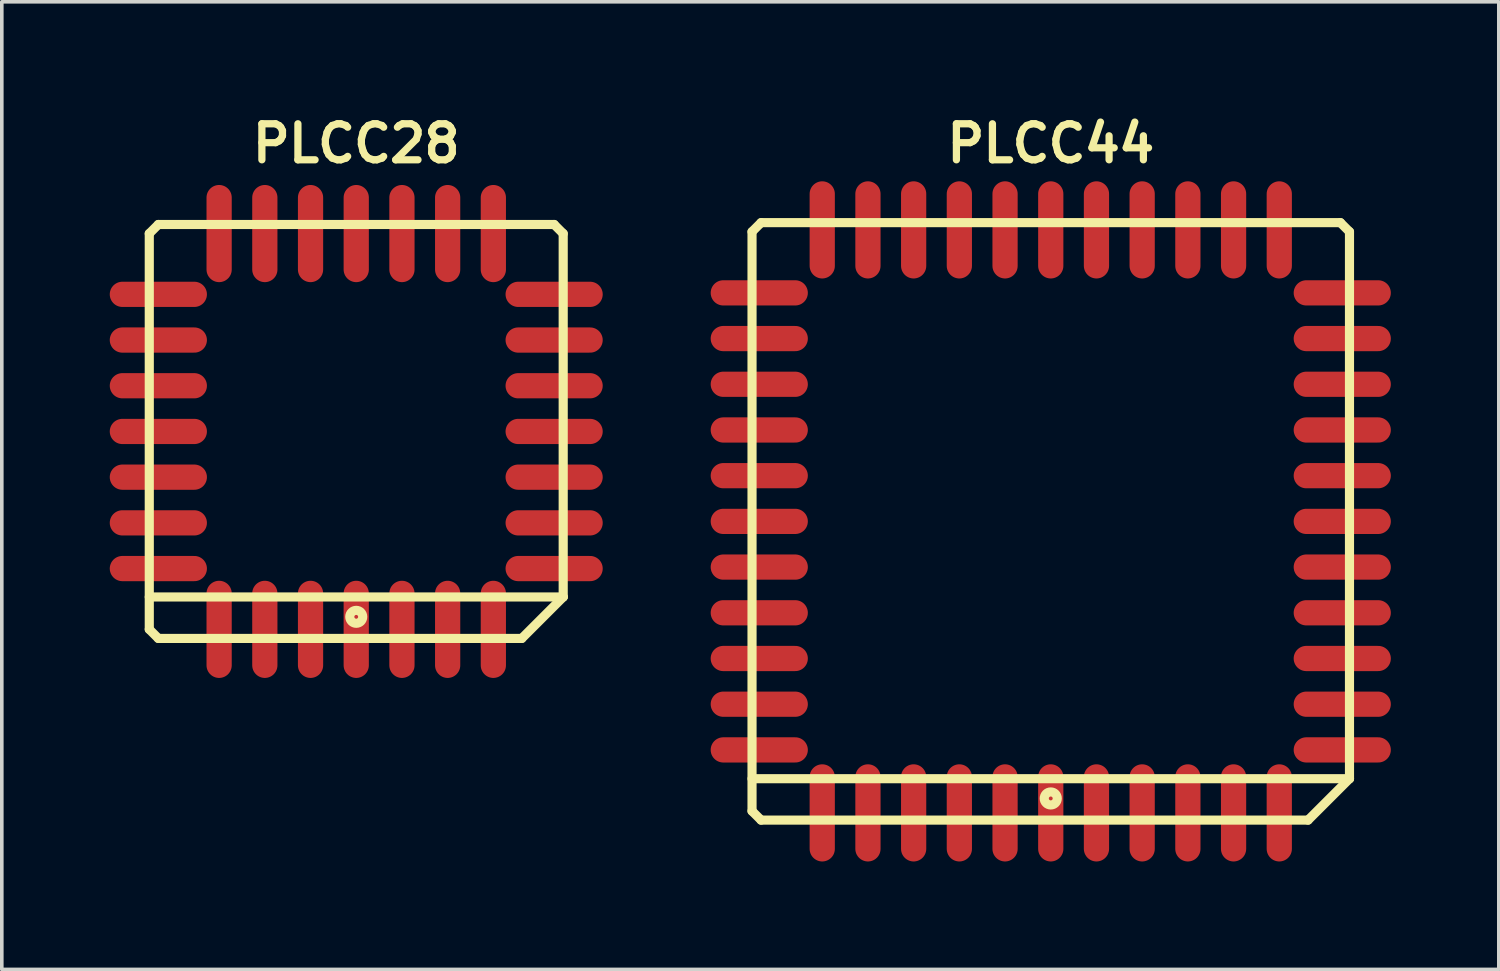
<source format=kicad_pcb>
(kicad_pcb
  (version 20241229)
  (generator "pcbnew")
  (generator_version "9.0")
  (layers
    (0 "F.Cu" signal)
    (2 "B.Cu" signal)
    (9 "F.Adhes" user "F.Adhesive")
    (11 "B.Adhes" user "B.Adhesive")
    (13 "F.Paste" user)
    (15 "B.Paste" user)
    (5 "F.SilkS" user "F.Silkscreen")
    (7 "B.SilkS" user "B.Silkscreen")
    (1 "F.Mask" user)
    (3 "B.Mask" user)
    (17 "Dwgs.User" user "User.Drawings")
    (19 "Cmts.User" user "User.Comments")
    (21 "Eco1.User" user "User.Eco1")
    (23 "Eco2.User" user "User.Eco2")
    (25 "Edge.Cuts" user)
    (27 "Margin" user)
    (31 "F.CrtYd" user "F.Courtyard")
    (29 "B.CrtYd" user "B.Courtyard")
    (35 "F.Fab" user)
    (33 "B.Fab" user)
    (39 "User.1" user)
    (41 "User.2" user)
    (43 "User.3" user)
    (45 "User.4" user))
  (footprint "PLCC44"
    (layer "F.Cu")
    (at 26.148 11.438)
    (property "Reference" "PLCC44" (at 0 -10.5 0) (layer "F.SilkS") (effects (font (size 1.001 1.001) (thickness 0.201))))
    (attr through_hole)
    (fp_line (start -8.301 -8.049) (end -8.301 8.049) (stroke (width 0.254) (type solid)) (layer "F.SilkS"))
    (fp_line (start -8.301 8.049) (end -8.049 8.301) (stroke (width 0.254) (type solid)) (layer "F.SilkS"))
    (fp_line (start -8.049 -8.301) (end -8.301 -8.049) (stroke (width 0.254) (type solid)) (layer "F.SilkS"))
    (fp_line (start -8.049 8.301) (end 7.15 8.301) (stroke (width 0.254) (type solid)) (layer "F.SilkS"))
    (fp_line (start 7.15 8.301) (end 8.301 7.15) (stroke (width 0.254) (type solid)) (layer "F.SilkS"))
    (fp_line (start 8.049 -8.301) (end -8.049 -8.301) (stroke (width 0.254) (type solid)) (layer "F.SilkS"))
    (fp_line (start 8.301 -8.049) (end 8.049 -8.301) (stroke (width 0.254) (type solid)) (layer "F.SilkS"))
    (fp_line (start 8.301 7.15) (end -8.301 7.15) (stroke (width 0.254) (type solid)) (layer "F.SilkS"))
    (fp_line (start 8.301 7.15) (end 8.301 -8.049) (stroke (width 0.254) (type solid)) (layer "F.SilkS"))
    (fp_circle (center 0 7.699) (end -0.15 7.8) (stroke (width 0.254) (type solid)) (fill no) (layer "F.SilkS"))
    (pad "1" smd oval (at 0 8.1) (size 0.701 2.7) (layers "F.Cu" "F.Mask" "F.Paste"))
    (pad "2" smd oval (at 1.27 8.1) (size 0.701 2.7) (layers "F.Cu" "F.Mask" "F.Paste"))
    (pad "3" smd oval (at 2.54 8.1) (size 0.701 2.7) (layers "F.Cu" "F.Mask" "F.Paste"))
    (pad "4" smd oval (at 3.81 8.1) (size 0.701 2.7) (layers "F.Cu" "F.Mask" "F.Paste"))
    (pad "5" smd oval (at 5.08 8.1) (size 0.701 2.7) (layers "F.Cu" "F.Mask" "F.Paste"))
    (pad "6" smd oval (at 6.35 8.1) (size 0.701 2.7) (layers "F.Cu" "F.Mask" "F.Paste"))
    (pad "7" smd oval (at 8.1 6.35) (size 2.7 0.701) (layers "F.Cu" "F.Mask" "F.Paste"))
    (pad "8" smd oval (at 8.1 5.08) (size 2.7 0.701) (layers "F.Cu" "F.Mask" "F.Paste"))
    (pad "9" smd oval (at 8.1 3.81) (size 2.7 0.701) (layers "F.Cu" "F.Mask" "F.Paste"))
    (pad "10" smd oval (at 8.1 2.54) (size 2.7 0.701) (layers "F.Cu" "F.Mask" "F.Paste"))
    (pad "11" smd oval (at 8.1 1.27) (size 2.7 0.701) (layers "F.Cu" "F.Mask" "F.Paste"))
    (pad "12" smd oval (at 8.1 0) (size 2.7 0.701) (layers "F.Cu" "F.Mask" "F.Paste"))
    (pad "13" smd oval (at 8.1 -1.27) (size 2.7 0.701) (layers "F.Cu" "F.Mask" "F.Paste"))
    (pad "14" smd oval (at 8.1 -2.54) (size 2.7 0.701) (layers "F.Cu" "F.Mask" "F.Paste"))
    (pad "15" smd oval (at 8.1 -3.81) (size 2.7 0.701) (layers "F.Cu" "F.Mask" "F.Paste"))
    (pad "16" smd oval (at 8.1 -5.08) (size 2.7 0.701) (layers "F.Cu" "F.Mask" "F.Paste"))
    (pad "17" smd oval (at 8.1 -6.35) (size 2.7 0.701) (layers "F.Cu" "F.Mask" "F.Paste"))
    (pad "18" smd oval (at 6.35 -8.1) (size 0.701 2.7) (layers "F.Cu" "F.Mask" "F.Paste"))
    (pad "19" smd oval (at 5.08 -8.1) (size 0.701 2.7) (layers "F.Cu" "F.Mask" "F.Paste"))
    (pad "20" smd oval (at 3.81 -8.1) (size 0.701 2.7) (layers "F.Cu" "F.Mask" "F.Paste"))
    (pad "21" smd oval (at 2.54 -8.1) (size 0.701 2.7) (layers "F.Cu" "F.Mask" "F.Paste"))
    (pad "22" smd oval (at 1.27 -8.1) (size 0.701 2.7) (layers "F.Cu" "F.Mask" "F.Paste"))
    (pad "23" smd oval (at 0 -8.1) (size 0.701 2.7) (layers "F.Cu" "F.Mask" "F.Paste"))
    (pad "24" smd oval (at -1.27 -8.1) (size 0.701 2.7) (layers "F.Cu" "F.Mask" "F.Paste"))
    (pad "25" smd oval (at -2.54 -8.1) (size 0.701 2.7) (layers "F.Cu" "F.Mask" "F.Paste"))
    (pad "26" smd oval (at -3.81 -8.1) (size 0.701 2.7) (layers "F.Cu" "F.Mask" "F.Paste"))
    (pad "27" smd oval (at -5.08 -8.1) (size 0.701 2.7) (layers "F.Cu" "F.Mask" "F.Paste"))
    (pad "28" smd oval (at -6.35 -8.1) (size 0.701 2.7) (layers "F.Cu" "F.Mask" "F.Paste"))
    (pad "29" smd oval (at -8.1 -6.35) (size 2.7 0.701) (layers "F.Cu" "F.Mask" "F.Paste"))
    (pad "30" smd oval (at -8.1 -5.08) (size 2.7 0.701) (layers "F.Cu" "F.Mask" "F.Paste"))
    (pad "31" smd oval (at -8.1 -3.81) (size 2.7 0.701) (layers "F.Cu" "F.Mask" "F.Paste"))
    (pad "32" smd oval (at -8.1 -2.54) (size 2.7 0.701) (layers "F.Cu" "F.Mask" "F.Paste"))
    (pad "33" smd oval (at -8.1 -1.27) (size 2.7 0.701) (layers "F.Cu" "F.Mask" "F.Paste"))
    (pad "34" smd oval (at -8.1 0) (size 2.7 0.701) (layers "F.Cu" "F.Mask" "F.Paste"))
    (pad "35" smd oval (at -8.1 1.27) (size 2.7 0.701) (layers "F.Cu" "F.Mask" "F.Paste"))
    (pad "36" smd oval (at -8.1 2.54) (size 2.7 0.701) (layers "F.Cu" "F.Mask" "F.Paste"))
    (pad "37" smd oval (at -8.1 3.81) (size 2.7 0.701) (layers "F.Cu" "F.Mask" "F.Paste"))
    (pad "38" smd oval (at -8.1 5.08) (size 2.7 0.701) (layers "F.Cu" "F.Mask" "F.Paste"))
    (pad "39" smd oval (at -8.1 6.35) (size 2.7 0.701) (layers "F.Cu" "F.Mask" "F.Paste"))
    (pad "40" smd oval (at -6.35 8.1) (size 0.701 2.7) (layers "F.Cu" "F.Mask" "F.Paste"))
    (pad "41" smd oval (at -5.08 8.1) (size 0.701 2.7) (layers "F.Cu" "F.Mask" "F.Paste"))
    (pad "42" smd oval (at -3.81 8.1) (size 0.701 2.7) (layers "F.Cu" "F.Mask" "F.Paste"))
    (pad "43" smd oval (at -2.54 8.1) (size 0.701 2.7) (layers "F.Cu" "F.Mask" "F.Paste"))
    (pad "44" smd oval (at -1.27 8.1) (size 0.701 2.7) (layers "F.Cu" "F.Mask" "F.Paste")))
  (footprint "PLCC28"
    (layer "F.Cu")
    (at 6.849 8.939)
    (property "Reference" "PLCC28" (at 0 -8.001 0) (layer "F.SilkS") (effects (font (size 1.001 1.001) (thickness 0.201))))
    (attr through_hole)
    (fp_line (start -5.751 -5.499) (end -5.499 -5.751) (stroke (width 0.254) (type solid)) (layer "F.SilkS"))
    (fp_line (start -5.751 5.499) (end -5.751 -5.499) (stroke (width 0.254) (type solid)) (layer "F.SilkS"))
    (fp_line (start -5.499 -5.751) (end 5.499 -5.751) (stroke (width 0.254) (type solid)) (layer "F.SilkS"))
    (fp_line (start -5.499 5.751) (end -5.751 5.499) (stroke (width 0.254) (type solid)) (layer "F.SilkS"))
    (fp_line (start 4.6 5.751) (end -5.499 5.751) (stroke (width 0.254) (type solid)) (layer "F.SilkS"))
    (fp_line (start 5.499 -5.751) (end 5.751 -5.499) (stroke (width 0.254) (type solid)) (layer "F.SilkS"))
    (fp_line (start 5.751 -5.499) (end 5.751 4.6) (stroke (width 0.254) (type solid)) (layer "F.SilkS"))
    (fp_line (start 5.751 4.6) (end -5.751 4.6) (stroke (width 0.254) (type solid)) (layer "F.SilkS"))
    (fp_line (start 5.751 4.6) (end 4.6 5.751) (stroke (width 0.254) (type solid)) (layer "F.SilkS"))
    (fp_circle (center 0 5.151) (end -0.15 5.25) (stroke (width 0.254) (type solid)) (fill no) (layer "F.SilkS"))
    (pad "1" smd oval (at 0 5.499) (size 0.701 2.7) (layers "F.Cu" "F.Mask" "F.Paste"))
    (pad "2" smd oval (at 1.27 5.499) (size 0.701 2.7) (layers "F.Cu" "F.Mask" "F.Paste"))
    (pad "3" smd oval (at 2.54 5.499) (size 0.701 2.7) (layers "F.Cu" "F.Mask" "F.Paste"))
    (pad "4" smd oval (at 3.81 5.499) (size 0.701 2.7) (layers "F.Cu" "F.Mask" "F.Paste"))
    (pad "5" smd oval (at 5.499 3.81) (size 2.7 0.701) (layers "F.Cu" "F.Mask" "F.Paste"))
    (pad "6" smd oval (at 5.499 2.54) (size 2.7 0.701) (layers "F.Cu" "F.Mask" "F.Paste"))
    (pad "7" smd oval (at 5.499 1.27) (size 2.7 0.701) (layers "F.Cu" "F.Mask" "F.Paste"))
    (pad "8" smd oval (at 5.499 0) (size 2.7 0.701) (layers "F.Cu" "F.Mask" "F.Paste"))
    (pad "9" smd oval (at 5.499 -1.27) (size 2.7 0.701) (layers "F.Cu" "F.Mask" "F.Paste"))
    (pad "10" smd oval (at 5.499 -2.54) (size 2.7 0.701) (layers "F.Cu" "F.Mask" "F.Paste"))
    (pad "11" smd oval (at 5.499 -3.81) (size 2.7 0.701) (layers "F.Cu" "F.Mask" "F.Paste"))
    (pad "12" smd oval (at 3.81 -5.499) (size 0.701 2.7) (layers "F.Cu" "F.Mask" "F.Paste"))
    (pad "13" smd oval (at 2.54 -5.499) (size 0.701 2.7) (layers "F.Cu" "F.Mask" "F.Paste"))
    (pad "14" smd oval (at 1.27 -5.499) (size 0.701 2.7) (layers "F.Cu" "F.Mask" "F.Paste"))
    (pad "15" smd oval (at 0 -5.499) (size 0.701 2.7) (layers "F.Cu" "F.Mask" "F.Paste"))
    (pad "16" smd oval (at -1.27 -5.499) (size 0.701 2.7) (layers "F.Cu" "F.Mask" "F.Paste"))
    (pad "17" smd oval (at -2.54 -5.499) (size 0.701 2.7) (layers "F.Cu" "F.Mask" "F.Paste"))
    (pad "18" smd oval (at -3.81 -5.499) (size 0.701 2.7) (layers "F.Cu" "F.Mask" "F.Paste"))
    (pad "19" smd oval (at -5.499 -3.81) (size 2.7 0.701) (layers "F.Cu" "F.Mask" "F.Paste"))
    (pad "20" smd oval (at -5.499 -2.54) (size 2.7 0.701) (layers "F.Cu" "F.Mask" "F.Paste"))
    (pad "21" smd oval (at -5.499 -1.27) (size 2.7 0.701) (layers "F.Cu" "F.Mask" "F.Paste"))
    (pad "22" smd oval (at -5.499 0) (size 2.7 0.701) (layers "F.Cu" "F.Mask" "F.Paste"))
    (pad "23" smd oval (at -5.499 1.27) (size 2.7 0.701) (layers "F.Cu" "F.Mask" "F.Paste"))
    (pad "24" smd oval (at -5.499 2.54) (size 2.7 0.701) (layers "F.Cu" "F.Mask" "F.Paste"))
    (pad "25" smd oval (at -5.499 3.81) (size 2.7 0.701) (layers "F.Cu" "F.Mask" "F.Paste"))
    (pad "26" smd oval (at -3.81 5.499) (size 0.701 2.7) (layers "F.Cu" "F.Mask" "F.Paste"))
    (pad "27" smd oval (at -2.54 5.499) (size 0.701 2.7) (layers "F.Cu" "F.Mask" "F.Paste"))
    (pad "28" smd oval (at -1.27 5.499) (size 0.701 2.7) (layers "F.Cu" "F.Mask" "F.Paste")))
  (gr_rect
    (start -3 -3)
    (end 38.598 23.888)
    (stroke (width 0.1) (type default))
    (fill no)
    (layer "Edge.Cuts")))
</source>
